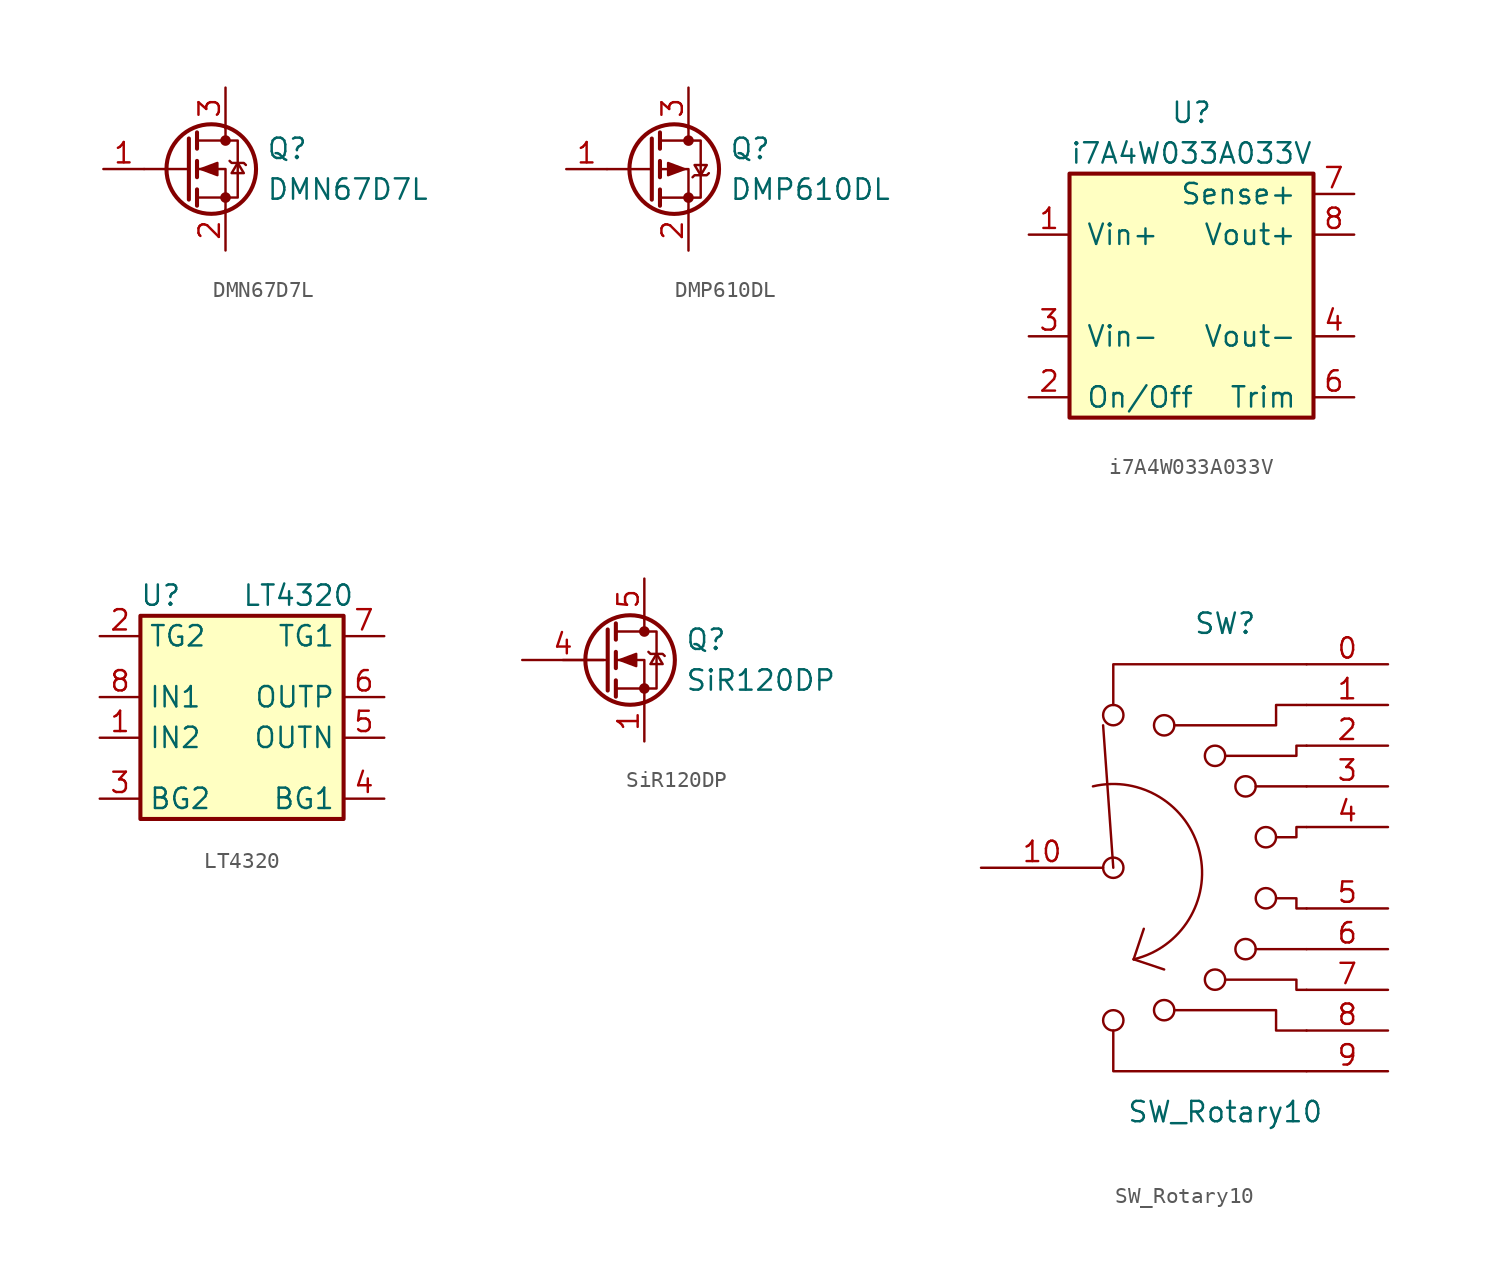
<source format=kicad_sym>
(kicad_symbol_lib
  (version 20211014)
  (generator kicad_symbol_editor)
  (symbol "DMN67D7L"
    (pin_names
      (offset 0) hide)
    (property "Reference" "Q"
      (at 5.08 1.27 0)
      (effects (font (size 1.27 1.27)) (justify left)))
    (property "Value" "DMN67D7L"
      (at 5.08 -1.27 0)
      (effects (font (size 1.27 1.27)) (justify left)))
    (symbol "DMN67D7L_0_1"
      (polyline (pts (xy 0.254 0) (xy -2.54 0)) (stroke (width 0) (type default) (color 0 0 0 0)) (fill (type none)))
      (polyline (pts (xy 0.254 1.905) (xy 0.254 -1.905)) (stroke (width 0.254) (type default) (color 0 0 0 0)) (fill (type none)))
      (polyline (pts (xy 0.762 -1.27) (xy 0.762 -2.286)) (stroke (width 0.254) (type default) (color 0 0 0 0)) (fill (type none)))
      (polyline (pts (xy 0.762 0.508) (xy 0.762 -0.508)) (stroke (width 0.254) (type default) (color 0 0 0 0)) (fill (type none)))
      (polyline (pts (xy 0.762 2.286) (xy 0.762 1.27)) (stroke (width 0.254) (type default) (color 0 0 0 0)) (fill (type none)))
      (polyline (pts (xy 2.54 2.54) (xy 2.54 1.778)) (stroke (width 0) (type default) (color 0 0 0 0)) (fill (type none)))
      (polyline (pts (xy 2.54 -2.54) (xy 2.54 0) (xy 0.762 0)) (stroke (width 0) (type default) (color 0 0 0 0)) (fill (type none)))
      (polyline (pts (xy 0.762 -1.778) (xy 3.302 -1.778) (xy 3.302 1.778) (xy 0.762 1.778)) (stroke (width 0) (type default) (color 0 0 0 0)) (fill (type none)))
      (polyline (pts (xy 1.016 0) (xy 2.032 0.381) (xy 2.032 -0.381) (xy 1.016 0)) (stroke (width 0) (type default) (color 0 0 0 0)) (fill (type outline)))
      (polyline (pts (xy 2.794 0.508) (xy 2.921 0.381) (xy 3.683 0.381) (xy 3.81 0.254)) (stroke (width 0) (type default) (color 0 0 0 0)) (fill (type none)))
      (polyline (pts (xy 3.302 0.381) (xy 2.921 -0.254) (xy 3.683 -0.254) (xy 3.302 0.381)) (stroke (width 0) (type default) (color 0 0 0 0)) (fill (type none)))
      (circle (center 1.651 0) (radius 2.794) (stroke (width 0.254) (type default) (color 0 0 0 0)) (fill (type none)))
      (circle (center 2.54 -1.778) (radius 0.254) (stroke (width 0) (type default) (color 0 0 0 0)) (fill (type outline)))
      (circle (center 2.54 1.778) (radius 0.254) (stroke (width 0) (type default) (color 0 0 0 0)) (fill (type outline))))
    (symbol "DMN67D7L_1_1"
      (pin input line (at -5.08 0 0) (length 2.54) (name "G" (effects (font (size 1.27 1.27)))) (number "1" (effects (font (size 1.27 1.27)))))
      (pin passive line (at 2.54 -5.08 90) (length 2.54) (name "S" (effects (font (size 1.27 1.27)))) (number "2" (effects (font (size 1.27 1.27)))))
      (pin passive line (at 2.54 5.08 270) (length 2.54) (name "D" (effects (font (size 1.27 1.27)))) (number "3" (effects (font (size 1.27 1.27)))))))
  (symbol "DMP610DL"
    (pin_names
      (offset 0) hide)
    (property "Reference" "Q"
      (at 5.08 1.27 0)
      (effects (font (size 1.27 1.27)) (justify left)))
    (property "Value" "DMP610DL"
      (at 5.08 -1.27 0)
      (effects (font (size 1.27 1.27)) (justify left)))
    (symbol "DMP610DL_0_1"
      (polyline (pts (xy 0.254 0) (xy -2.54 0)) (stroke (width 0) (type default) (color 0 0 0 0)) (fill (type none)))
      (polyline (pts (xy 0.254 1.905) (xy 0.254 -1.905)) (stroke (width 0.254) (type default) (color 0 0 0 0)) (fill (type none)))
      (polyline (pts (xy 0.762 -1.27) (xy 0.762 -2.286)) (stroke (width 0.254) (type default) (color 0 0 0 0)) (fill (type none)))
      (polyline (pts (xy 0.762 0.508) (xy 0.762 -0.508)) (stroke (width 0.254) (type default) (color 0 0 0 0)) (fill (type none)))
      (polyline (pts (xy 0.762 2.286) (xy 0.762 1.27)) (stroke (width 0.254) (type default) (color 0 0 0 0)) (fill (type none)))
      (polyline (pts (xy 2.54 2.54) (xy 2.54 1.778)) (stroke (width 0) (type default) (color 0 0 0 0)) (fill (type none)))
      (polyline (pts (xy 2.54 -2.54) (xy 2.54 0) (xy 0.762 0)) (stroke (width 0) (type default) (color 0 0 0 0)) (fill (type none)))
      (polyline (pts (xy 0.762 1.778) (xy 3.302 1.778) (xy 3.302 -1.778) (xy 0.762 -1.778)) (stroke (width 0) (type default) (color 0 0 0 0)) (fill (type none)))
      (polyline (pts (xy 2.286 0) (xy 1.27 0.381) (xy 1.27 -0.381) (xy 2.286 0)) (stroke (width 0) (type default) (color 0 0 0 0)) (fill (type outline)))
      (polyline (pts (xy 2.794 -0.508) (xy 2.921 -0.381) (xy 3.683 -0.381) (xy 3.81 -0.254)) (stroke (width 0) (type default) (color 0 0 0 0)) (fill (type none)))
      (polyline (pts (xy 3.302 -0.381) (xy 2.921 0.254) (xy 3.683 0.254) (xy 3.302 -0.381)) (stroke (width 0) (type default) (color 0 0 0 0)) (fill (type none)))
      (circle (center 1.651 0) (radius 2.794) (stroke (width 0.254) (type default) (color 0 0 0 0)) (fill (type none)))
      (circle (center 2.54 -1.778) (radius 0.254) (stroke (width 0) (type default) (color 0 0 0 0)) (fill (type outline)))
      (circle (center 2.54 1.778) (radius 0.254) (stroke (width 0) (type default) (color 0 0 0 0)) (fill (type outline))))
    (symbol "DMP610DL_1_1"
      (pin input line (at -5.08 0 0) (length 2.54) (name "G" (effects (font (size 1.27 1.27)))) (number "1" (effects (font (size 1.27 1.27)))))
      (pin passive line (at 2.54 -5.08 90) (length 2.54) (name "S" (effects (font (size 1.27 1.27)))) (number "2" (effects (font (size 1.27 1.27)))))
      (pin passive line (at 2.54 5.08 270) (length 2.54) (name "D" (effects (font (size 1.27 1.27)))) (number "3" (effects (font (size 1.27 1.27)))))))
  (symbol "i7A4W033A033V"
    (pin_names
      (offset 1.016))
    (property "Reference" "U"
      (at 0 11.43 0)
      (effects (font (size 1.27 1.27))))
    (property "Value" "i7A4W033A033V"
      (at 0 8.89 0)
      (effects (font (size 1.27 1.27))))
    (symbol "i7A4W033A033V_0_1"
      (rectangle (start -7.62 7.62) (end 7.62 -7.62) (stroke (width 0.254) (type default) (color 0 0 0 0)) (fill (type background))))
    (symbol "i7A4W033A033V_1_1"
      (pin power_in line (at -10.16 3.81 0) (length 2.54) (name "Vin +" (effects (font (size 1.27 1.27)))) (number "1" (effects (font (size 1.27 1.27)))))
      (pin input line (at -10.16 -6.35 0) (length 2.54) (name "On / Off" (effects (font (size 1.27 1.27)))) (number "2" (effects (font (size 1.27 1.27)))))
      (pin power_in line (at -10.16 -2.54 0) (length 2.54) (name "Vin -" (effects (font (size 1.27 1.27)))) (number "3" (effects (font (size 1.27 1.27)))))
      (pin power_out line (at 10.16 -2.54 180) (length 2.54) (name "Vout -" (effects (font (size 1.27 1.27)))) (number "4" (effects (font (size 1.27 1.27)))))
      (pin input line (at 10.16 -6.35 180) (length 2.54) (name "Trim" (effects (font (size 1.27 1.27)))) (number "6" (effects (font (size 1.27 1.27)))))
      (pin input line (at 10.16 6.35 180) (length 2.54) (name "Sense +" (effects (font (size 1.27 1.27)))) (number "7" (effects (font (size 1.27 1.27)))))
      (pin power_out line (at 10.16 3.81 180) (length 2.54) (name "Vout +" (effects (font (size 1.27 1.27)))) (number "8" (effects (font (size 1.27 1.27)))))))
  (symbol "LT4320"
    (property "Reference" "U"
      (at -5.08 7.62 0)
      (effects (font (size 1.27 1.27))))
    (property "Value" "LT4320"
      (at 0 7.62 0)
      (effects (font (size 1.27 1.27)) (justify left)))
    (symbol "LT4320_0_1"
      (rectangle (start -6.35 6.35) (end 6.35 -6.35) (stroke (width 0.254) (type default) (color 0 0 0 0)) (fill (type background))))
    (symbol "LT4320_1_1"
      (pin power_in line (at -8.89 -1.27 0) (length 2.54) (name "IN2" (effects (font (size 1.27 1.27)))) (number "1" (effects (font (size 1.27 1.27)))))
      (pin output line (at -8.89 5.08 0) (length 2.54) (name "TG2" (effects (font (size 1.27 1.27)))) (number "2" (effects (font (size 1.27 1.27)))))
      (pin output line (at -8.89 -5.08 0) (length 2.54) (name "BG2" (effects (font (size 1.27 1.27)))) (number "3" (effects (font (size 1.27 1.27)))))
      (pin output line (at 8.89 -5.08 180) (length 2.54) (name "BG1" (effects (font (size 1.27 1.27)))) (number "4" (effects (font (size 1.27 1.27)))))
      (pin power_out line (at 8.89 -1.27 180) (length 2.54) (name "OUTN" (effects (font (size 1.27 1.27)))) (number "5" (effects (font (size 1.27 1.27)))))
      (pin power_out line (at 8.89 1.27 180) (length 2.54) (name "OUTP" (effects (font (size 1.27 1.27)))) (number "6" (effects (font (size 1.27 1.27)))))
      (pin output line (at 8.89 5.08 180) (length 2.54) (name "TG1" (effects (font (size 1.27 1.27)))) (number "7" (effects (font (size 1.27 1.27)))))
      (pin power_in line (at -8.89 1.27 0) (length 2.54) (name "IN1" (effects (font (size 1.27 1.27)))) (number "8" (effects (font (size 1.27 1.27)))))
      (pin passive line (at 8.89 -1.27 180) (length 2.54) hide (name "OUTN" (effects (font (size 1.27 1.27)))) (number "9" (effects (font (size 1.27 1.27)))))))
  (symbol "SiR120DP"
    (pin_names
      (offset 0) hide)
    (property "Reference" "Q"
      (at 5.08 1.27 0)
      (effects (font (size 1.27 1.27)) (justify left)))
    (property "Value" "SiR120DP"
      (at 5.08 -1.27 0)
      (effects (font (size 1.27 1.27)) (justify left)))
    (symbol "SiR120DP_0_1"
      (polyline (pts (xy 0.254 0) (xy -2.54 0)) (stroke (width 0) (type default) (color 0 0 0 0)) (fill (type none)))
      (polyline (pts (xy 0.254 1.905) (xy 0.254 -1.905)) (stroke (width 0.254) (type default) (color 0 0 0 0)) (fill (type none)))
      (polyline (pts (xy 0.762 -1.27) (xy 0.762 -2.286)) (stroke (width 0.254) (type default) (color 0 0 0 0)) (fill (type none)))
      (polyline (pts (xy 0.762 0.508) (xy 0.762 -0.508)) (stroke (width 0.254) (type default) (color 0 0 0 0)) (fill (type none)))
      (polyline (pts (xy 0.762 2.286) (xy 0.762 1.27)) (stroke (width 0.254) (type default) (color 0 0 0 0)) (fill (type none)))
      (polyline (pts (xy 2.54 2.54) (xy 2.54 1.778)) (stroke (width 0) (type default) (color 0 0 0 0)) (fill (type none)))
      (polyline (pts (xy 2.54 -2.54) (xy 2.54 0) (xy 0.762 0)) (stroke (width 0) (type default) (color 0 0 0 0)) (fill (type none)))
      (polyline (pts (xy 0.762 -1.778) (xy 3.302 -1.778) (xy 3.302 1.778) (xy 0.762 1.778)) (stroke (width 0) (type default) (color 0 0 0 0)) (fill (type none)))
      (polyline (pts (xy 1.016 0) (xy 2.032 0.381) (xy 2.032 -0.381) (xy 1.016 0)) (stroke (width 0) (type default) (color 0 0 0 0)) (fill (type outline)))
      (polyline (pts (xy 2.794 0.508) (xy 2.921 0.381) (xy 3.683 0.381) (xy 3.81 0.254)) (stroke (width 0) (type default) (color 0 0 0 0)) (fill (type none)))
      (polyline (pts (xy 3.302 0.381) (xy 2.921 -0.254) (xy 3.683 -0.254) (xy 3.302 0.381)) (stroke (width 0) (type default) (color 0 0 0 0)) (fill (type none)))
      (circle (center 1.651 0) (radius 2.794) (stroke (width 0.254) (type default) (color 0 0 0 0)) (fill (type none)))
      (circle (center 2.54 -1.778) (radius 0.254) (stroke (width 0) (type default) (color 0 0 0 0)) (fill (type outline)))
      (circle (center 2.54 1.778) (radius 0.254) (stroke (width 0) (type default) (color 0 0 0 0)) (fill (type outline))))
    (symbol "SiR120DP_1_1"
      (pin passive line (at 2.54 -5.08 90) (length 2.54) (name "S" (effects (font (size 1.27 1.27)))) (number "1" (effects (font (size 1.27 1.27)))))
      (pin passive line (at 2.54 -5.08 90) (length 2.54) hide (name "S" (effects (font (size 1.27 1.27)))) (number "2" (effects (font (size 1.27 1.27)))))
      (pin passive line (at 2.54 -5.08 90) (length 2.54) hide (name "S" (effects (font (size 1.27 1.27)))) (number "3" (effects (font (size 1.27 1.27)))))
      (pin input line (at -5.08 0 0) (length 5.08) (name "G" (effects (font (size 1.27 1.27)))) (number "4" (effects (font (size 1.27 1.27)))))
      (pin passive line (at 2.54 5.08 270) (length 2.54) (name "D" (effects (font (size 1.27 1.27)))) (number "5" (effects (font (size 1.27 1.27)))))))
  (symbol "SW_Rotary10"
    (pin_names
      (offset 1.016) hide)
    (property "Reference" "SW"
      (at 0 15.24 0)
      (effects (font (size 1.27 1.27))))
    (property "Value" "SW_Rotary10"
      (at 0 -15.24 0)
      (effects (font (size 1.27 1.27))))
    (symbol "SW_Rotary10_0_0"
      (circle (center -6.985 -9.525) (radius 0.635) (stroke (width 0) (type default) (color 0 0 0 0)) (fill (type none)))
      (circle (center -6.985 0) (radius 0.635) (stroke (width 0) (type default) (color 0 0 0 0)) (fill (type none)))
      (circle (center -6.985 9.525) (radius 0.635) (stroke (width 0) (type default) (color 0 0 0 0)) (fill (type none)))
      (arc (start -5.715 -5.715) (mid -1.6023 0.949) (end -8.255 5.08) (stroke (width 0) (type default) (color 0 0 0 0)) (fill (type none)))
      (circle (center -3.81 -8.89) (radius 0.635) (stroke (width 0) (type default) (color 0 0 0 0)) (fill (type none)))
      (circle (center -3.81 8.89) (radius 0.635) (stroke (width 0) (type default) (color 0 0 0 0)) (fill (type none)))
      (circle (center -0.635 -6.985) (radius 0.635) (stroke (width 0) (type default) (color 0 0 0 0)) (fill (type none)))
      (circle (center -0.635 6.985) (radius 0.635) (stroke (width 0) (type default) (color 0 0 0 0)) (fill (type none)))
      (polyline (pts (xy -6.985 0) (xy -7.62 8.89)) (stroke (width 0) (type default) (color 0 0 0 0)) (fill (type none)))
      (polyline (pts (xy -5.715 -5.715) (xy -5.08 -3.81)) (stroke (width 0) (type default) (color 0 0 0 0)) (fill (type none)))
      (polyline (pts (xy -5.715 -5.715) (xy -3.81 -6.35)) (stroke (width 0) (type default) (color 0 0 0 0)) (fill (type none)))
      (polyline (pts (xy 1.905 -5.08) (xy 5.08 -5.08)) (stroke (width 0) (type default) (color 0 0 0 0)) (fill (type none)))
      (polyline (pts (xy 1.905 5.08) (xy 5.08 5.08)) (stroke (width 0) (type default) (color 0 0 0 0)) (fill (type none)))
      (polyline (pts (xy -6.985 -10.16) (xy -6.985 -12.7) (xy 5.08 -12.7)) (stroke (width 0) (type default) (color 0 0 0 0)) (fill (type none)))
      (polyline (pts (xy -6.985 10.16) (xy -6.985 12.7) (xy 5.08 12.7)) (stroke (width 0) (type default) (color 0 0 0 0)) (fill (type none)))
      (polyline (pts (xy -3.175 -8.89) (xy 3.175 -8.89) (xy 3.175 -10.16) (xy 5.08 -10.16)) (stroke (width 0) (type default) (color 0 0 0 0)) (fill (type none)))
      (polyline (pts (xy -3.175 8.89) (xy 3.175 8.89) (xy 3.175 10.16) (xy 5.08 10.16)) (stroke (width 0) (type default) (color 0 0 0 0)) (fill (type none)))
      (polyline (pts (xy 0 -6.985) (xy 4.445 -6.985) (xy 4.445 -7.62) (xy 5.08 -7.62)) (stroke (width 0) (type default) (color 0 0 0 0)) (fill (type none)))
      (polyline (pts (xy 0 6.985) (xy 4.445 6.985) (xy 4.445 7.62) (xy 5.08 7.62)) (stroke (width 0) (type default) (color 0 0 0 0)) (fill (type none)))
      (polyline (pts (xy 3.175 -1.905) (xy 4.445 -1.905) (xy 4.445 -2.54) (xy 5.08 -2.54)) (stroke (width 0) (type default) (color 0 0 0 0)) (fill (type none)))
      (polyline (pts (xy 3.175 1.905) (xy 4.445 1.905) (xy 4.445 2.54) (xy 5.08 2.54)) (stroke (width 0) (type default) (color 0 0 0 0)) (fill (type none)))
      (circle (center 1.27 -5.08) (radius 0.635) (stroke (width 0) (type default) (color 0 0 0 0)) (fill (type none)))
      (circle (center 1.27 5.08) (radius 0.635) (stroke (width 0) (type default) (color 0 0 0 0)) (fill (type none)))
      (circle (center 2.54 -1.905) (radius 0.635) (stroke (width 0) (type default) (color 0 0 0 0)) (fill (type none)))
      (circle (center 2.54 1.905) (radius 0.635) (stroke (width 0) (type default) (color 0 0 0 0)) (fill (type none))))
    (symbol "SW_Rotary10_0_1"
      (pin passive line (at 10.16 12.7 180) (length 5.08) (name "0" (effects (font (size 1.27 1.27)))) (number "0" (effects (font (size 1.27 1.27)))))
      (pin passive line (at 10.16 10.16 180) (length 5.08) (name "1" (effects (font (size 1.27 1.27)))) (number "1" (effects (font (size 1.27 1.27)))))
      (pin passive line (at -15.24 0 0) (length 7.62) (name "10" (effects (font (size 1.27 1.27)))) (number "10" (effects (font (size 1.27 1.27)))))
      (pin passive line (at 10.16 7.62 180) (length 5.08) (name "2" (effects (font (size 1.27 1.27)))) (number "2" (effects (font (size 1.27 1.27)))))
      (pin passive line (at 10.16 5.08 180) (length 5.08) (name "3" (effects (font (size 1.27 1.27)))) (number "3" (effects (font (size 1.27 1.27)))))
      (pin passive line (at 10.16 2.54 180) (length 5.08) (name "4" (effects (font (size 1.27 1.27)))) (number "4" (effects (font (size 1.27 1.27)))))
      (pin passive line (at 10.16 -2.54 180) (length 5.08) (name "5" (effects (font (size 1.27 1.27)))) (number "5" (effects (font (size 1.27 1.27)))))
      (pin passive line (at 10.16 -5.08 180) (length 5.08) (name "6" (effects (font (size 1.27 1.27)))) (number "6" (effects (font (size 1.27 1.27)))))
      (pin passive line (at 10.16 -7.62 180) (length 5.08) (name "7" (effects (font (size 1.27 1.27)))) (number "7" (effects (font (size 1.27 1.27)))))
      (pin passive line (at 10.16 -10.16 180) (length 5.08) (name "8" (effects (font (size 1.27 1.27)))) (number "8" (effects (font (size 1.27 1.27)))))
      (pin passive line (at 10.16 -12.7 180) (length 5.08) (name "9" (effects (font (size 1.27 1.27)))) (number "9" (effects (font (size 1.27 1.27))))))))
</source>
